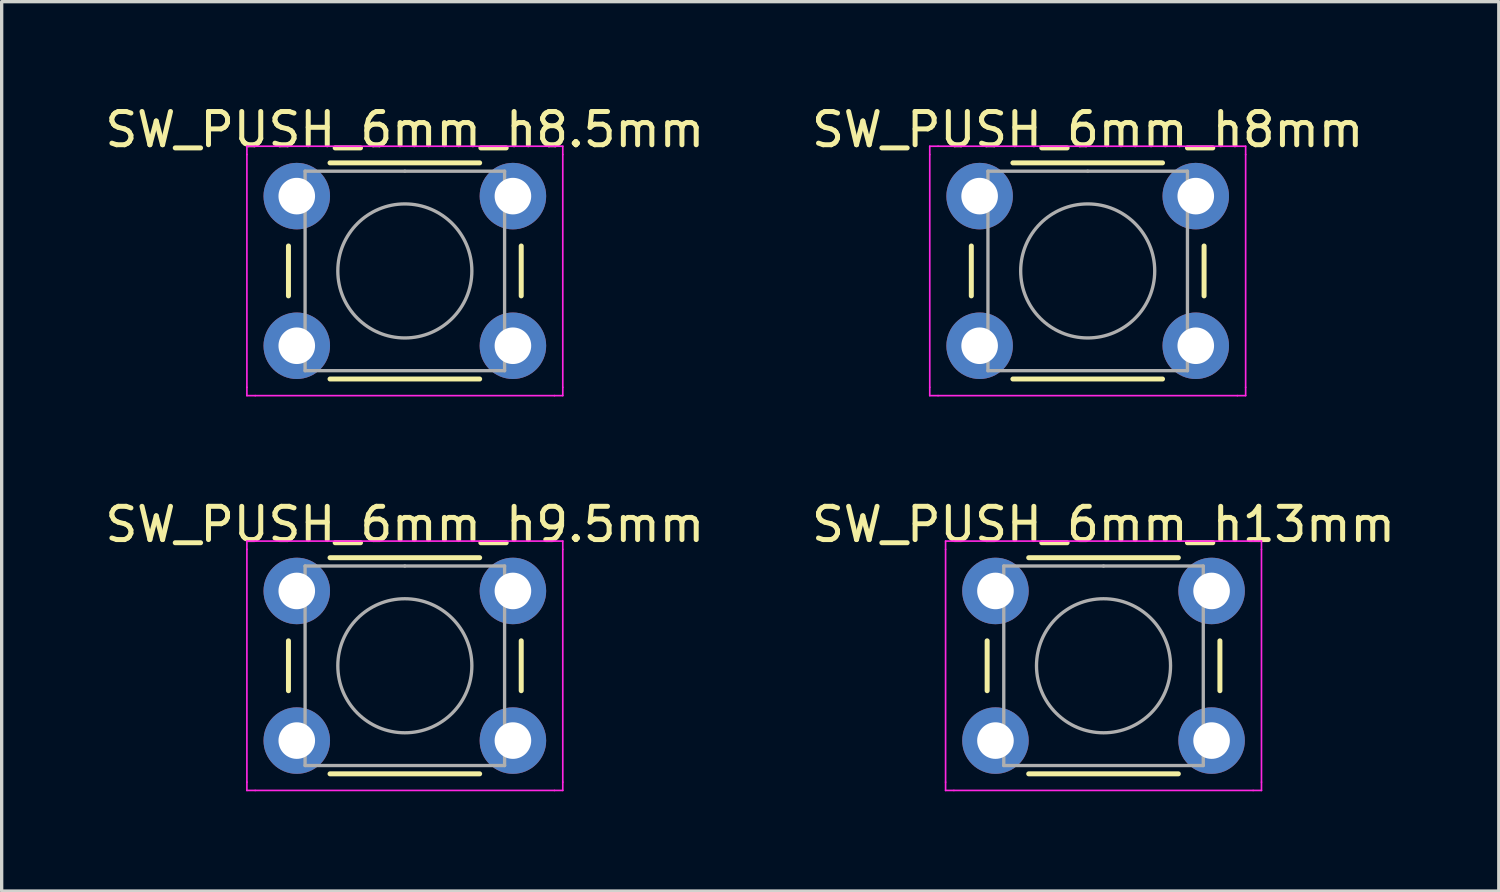
<source format=kicad_pcb>
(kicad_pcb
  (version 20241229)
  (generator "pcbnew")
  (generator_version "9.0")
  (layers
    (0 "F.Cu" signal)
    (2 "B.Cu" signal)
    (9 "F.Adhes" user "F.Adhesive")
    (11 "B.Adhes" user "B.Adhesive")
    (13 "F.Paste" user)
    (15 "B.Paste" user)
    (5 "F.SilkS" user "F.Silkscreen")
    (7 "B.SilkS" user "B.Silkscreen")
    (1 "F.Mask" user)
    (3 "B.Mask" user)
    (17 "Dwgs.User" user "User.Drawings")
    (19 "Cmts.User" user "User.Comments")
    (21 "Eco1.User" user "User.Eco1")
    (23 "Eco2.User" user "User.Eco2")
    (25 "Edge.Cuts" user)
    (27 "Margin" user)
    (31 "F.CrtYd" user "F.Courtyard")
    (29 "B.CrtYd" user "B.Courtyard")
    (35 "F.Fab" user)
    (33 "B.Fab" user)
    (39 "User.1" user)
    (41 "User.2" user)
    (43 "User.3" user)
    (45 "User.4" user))
  (footprint "SW_PUSH_6mm_h8.5mm"
    (layer "F.Cu")
    (at 5.875 2.848)
    (property "Reference" "SW_PUSH_6mm_h8.5mm" (at 3.25 -2 0) (layer "F.SilkS") (effects (font (size 1 1) (thickness 0.15))))
    (attr through_hole)
    (fp_line (start -0.25 1.5) (end -0.25 3) (stroke (width 0.15) (type solid)) (layer "F.SilkS"))
    (fp_line (start 1 5.5) (end 5.5 5.5) (stroke (width 0.15) (type solid)) (layer "F.SilkS"))
    (fp_line (start 5.5 -1) (end 1 -1) (stroke (width 0.15) (type solid)) (layer "F.SilkS"))
    (fp_line (start 6.75 3) (end 6.75 1.5) (stroke (width 0.15) (type solid)) (layer "F.SilkS"))
    (fp_line (start -1.5 -1.5) (end -1.25 -1.5) (stroke (width 0.05) (type solid)) (layer "F.CrtYd"))
    (fp_line (start -1.5 -1.25) (end -1.5 -1.5) (stroke (width 0.05) (type solid)) (layer "F.CrtYd"))
    (fp_line (start -1.5 5.75) (end -1.5 -1.25) (stroke (width 0.05) (type solid)) (layer "F.CrtYd"))
    (fp_line (start -1.5 5.75) (end -1.5 6) (stroke (width 0.05) (type solid)) (layer "F.CrtYd"))
    (fp_line (start -1.5 6) (end -1.25 6) (stroke (width 0.05) (type solid)) (layer "F.CrtYd"))
    (fp_line (start -1.25 -1.5) (end 7.75 -1.5) (stroke (width 0.05) (type solid)) (layer "F.CrtYd"))
    (fp_line (start 7.75 -1.5) (end 8 -1.5) (stroke (width 0.05) (type solid)) (layer "F.CrtYd"))
    (fp_line (start 7.75 6) (end -1.25 6) (stroke (width 0.05) (type solid)) (layer "F.CrtYd"))
    (fp_line (start 7.75 6) (end 8 6) (stroke (width 0.05) (type solid)) (layer "F.CrtYd"))
    (fp_line (start 8 -1.5) (end 8 -1.25) (stroke (width 0.05) (type solid)) (layer "F.CrtYd"))
    (fp_line (start 8 -1.25) (end 8 5.75) (stroke (width 0.05) (type solid)) (layer "F.CrtYd"))
    (fp_line (start 8 6) (end 8 5.75) (stroke (width 0.05) (type solid)) (layer "F.CrtYd"))
    (fp_line (start 0.25 -0.75) (end 3.25 -0.75) (stroke (width 0.1) (type solid)) (layer "F.Fab"))
    (fp_line (start 0.25 5.25) (end 0.25 -0.75) (stroke (width 0.1) (type solid)) (layer "F.Fab"))
    (fp_line (start 3.25 -0.75) (end 6.25 -0.75) (stroke (width 0.1) (type solid)) (layer "F.Fab"))
    (fp_line (start 6.25 -0.75) (end 6.25 5.25) (stroke (width 0.1) (type solid)) (layer "F.Fab"))
    (fp_line (start 6.25 5.25) (end 0.25 5.25) (stroke (width 0.1) (type solid)) (layer "F.Fab"))
    (fp_circle (center 3.25 2.25) (end 1.25 2.5) (stroke (width 0.1) (type solid)) (fill no) (layer "F.Fab"))
    (pad "1" thru_hole circle (at 0 0 90) (size 2 2) (drill 1.1) (layers "*.Cu" "*.Mask"))
    (pad "1" thru_hole circle (at 6.5 0 90) (size 2 2) (drill 1.1) (layers "*.Cu" "*.Mask"))
    (pad "2" thru_hole circle (at 0 4.5 90) (size 2 2) (drill 1.1) (layers "*.Cu" "*.Mask"))
    (pad "2" thru_hole circle (at 6.5 4.5 90) (size 2 2) (drill 1.1) (layers "*.Cu" "*.Mask")))
  (footprint "SW_PUSH_6mm_h13mm"
    (layer "F.Cu")
    (at 26.887 14.722)
    (property "Reference" "SW_PUSH_6mm_h13mm" (at 3.25 -2 0) (layer "F.SilkS") (effects (font (size 1 1) (thickness 0.15))))
    (attr through_hole)
    (fp_line (start -0.25 1.5) (end -0.25 3) (stroke (width 0.15) (type solid)) (layer "F.SilkS"))
    (fp_line (start 1 5.5) (end 5.5 5.5) (stroke (width 0.15) (type solid)) (layer "F.SilkS"))
    (fp_line (start 5.5 -1) (end 1 -1) (stroke (width 0.15) (type solid)) (layer "F.SilkS"))
    (fp_line (start 6.75 3) (end 6.75 1.5) (stroke (width 0.15) (type solid)) (layer "F.SilkS"))
    (fp_line (start -1.5 -1.5) (end -1.25 -1.5) (stroke (width 0.05) (type solid)) (layer "F.CrtYd"))
    (fp_line (start -1.5 -1.25) (end -1.5 -1.5) (stroke (width 0.05) (type solid)) (layer "F.CrtYd"))
    (fp_line (start -1.5 5.75) (end -1.5 -1.25) (stroke (width 0.05) (type solid)) (layer "F.CrtYd"))
    (fp_line (start -1.5 5.75) (end -1.5 6) (stroke (width 0.05) (type solid)) (layer "F.CrtYd"))
    (fp_line (start -1.5 6) (end -1.25 6) (stroke (width 0.05) (type solid)) (layer "F.CrtYd"))
    (fp_line (start -1.25 -1.5) (end 7.75 -1.5) (stroke (width 0.05) (type solid)) (layer "F.CrtYd"))
    (fp_line (start 7.75 -1.5) (end 8 -1.5) (stroke (width 0.05) (type solid)) (layer "F.CrtYd"))
    (fp_line (start 7.75 6) (end -1.25 6) (stroke (width 0.05) (type solid)) (layer "F.CrtYd"))
    (fp_line (start 7.75 6) (end 8 6) (stroke (width 0.05) (type solid)) (layer "F.CrtYd"))
    (fp_line (start 8 -1.5) (end 8 -1.25) (stroke (width 0.05) (type solid)) (layer "F.CrtYd"))
    (fp_line (start 8 -1.25) (end 8 5.75) (stroke (width 0.05) (type solid)) (layer "F.CrtYd"))
    (fp_line (start 8 6) (end 8 5.75) (stroke (width 0.05) (type solid)) (layer "F.CrtYd"))
    (fp_line (start 0.25 -0.75) (end 3.25 -0.75) (stroke (width 0.1) (type solid)) (layer "F.Fab"))
    (fp_line (start 0.25 5.25) (end 0.25 -0.75) (stroke (width 0.1) (type solid)) (layer "F.Fab"))
    (fp_line (start 3.25 -0.75) (end 6.25 -0.75) (stroke (width 0.1) (type solid)) (layer "F.Fab"))
    (fp_line (start 6.25 -0.75) (end 6.25 5.25) (stroke (width 0.1) (type solid)) (layer "F.Fab"))
    (fp_line (start 6.25 5.25) (end 0.25 5.25) (stroke (width 0.1) (type solid)) (layer "F.Fab"))
    (fp_circle (center 3.25 2.25) (end 1.25 2.5) (stroke (width 0.1) (type solid)) (fill no) (layer "F.Fab"))
    (pad "1" thru_hole circle (at 0 0 90) (size 2 2) (drill 1.1) (layers "*.Cu" "*.Mask"))
    (pad "1" thru_hole circle (at 6.5 0 90) (size 2 2) (drill 1.1) (layers "*.Cu" "*.Mask"))
    (pad "2" thru_hole circle (at 0 4.5 90) (size 2 2) (drill 1.1) (layers "*.Cu" "*.Mask"))
    (pad "2" thru_hole circle (at 6.5 4.5 90) (size 2 2) (drill 1.1) (layers "*.Cu" "*.Mask")))
  (footprint "SW_PUSH_6mm_h8mm"
    (layer "F.Cu")
    (at 26.411 2.848)
    (property "Reference" "SW_PUSH_6mm_h8mm" (at 3.25 -2 0) (layer "F.SilkS") (effects (font (size 1 1) (thickness 0.15))))
    (attr through_hole)
    (fp_line (start -0.25 1.5) (end -0.25 3) (stroke (width 0.15) (type solid)) (layer "F.SilkS"))
    (fp_line (start 1 5.5) (end 5.5 5.5) (stroke (width 0.15) (type solid)) (layer "F.SilkS"))
    (fp_line (start 5.5 -1) (end 1 -1) (stroke (width 0.15) (type solid)) (layer "F.SilkS"))
    (fp_line (start 6.75 3) (end 6.75 1.5) (stroke (width 0.15) (type solid)) (layer "F.SilkS"))
    (fp_line (start -1.5 -1.5) (end -1.25 -1.5) (stroke (width 0.05) (type solid)) (layer "F.CrtYd"))
    (fp_line (start -1.5 -1.25) (end -1.5 -1.5) (stroke (width 0.05) (type solid)) (layer "F.CrtYd"))
    (fp_line (start -1.5 5.75) (end -1.5 -1.25) (stroke (width 0.05) (type solid)) (layer "F.CrtYd"))
    (fp_line (start -1.5 5.75) (end -1.5 6) (stroke (width 0.05) (type solid)) (layer "F.CrtYd"))
    (fp_line (start -1.5 6) (end -1.25 6) (stroke (width 0.05) (type solid)) (layer "F.CrtYd"))
    (fp_line (start -1.25 -1.5) (end 7.75 -1.5) (stroke (width 0.05) (type solid)) (layer "F.CrtYd"))
    (fp_line (start 7.75 -1.5) (end 8 -1.5) (stroke (width 0.05) (type solid)) (layer "F.CrtYd"))
    (fp_line (start 7.75 6) (end -1.25 6) (stroke (width 0.05) (type solid)) (layer "F.CrtYd"))
    (fp_line (start 7.75 6) (end 8 6) (stroke (width 0.05) (type solid)) (layer "F.CrtYd"))
    (fp_line (start 8 -1.5) (end 8 -1.25) (stroke (width 0.05) (type solid)) (layer "F.CrtYd"))
    (fp_line (start 8 -1.25) (end 8 5.75) (stroke (width 0.05) (type solid)) (layer "F.CrtYd"))
    (fp_line (start 8 6) (end 8 5.75) (stroke (width 0.05) (type solid)) (layer "F.CrtYd"))
    (fp_line (start 0.25 -0.75) (end 3.25 -0.75) (stroke (width 0.1) (type solid)) (layer "F.Fab"))
    (fp_line (start 0.25 5.25) (end 0.25 -0.75) (stroke (width 0.1) (type solid)) (layer "F.Fab"))
    (fp_line (start 3.25 -0.75) (end 6.25 -0.75) (stroke (width 0.1) (type solid)) (layer "F.Fab"))
    (fp_line (start 6.25 -0.75) (end 6.25 5.25) (stroke (width 0.1) (type solid)) (layer "F.Fab"))
    (fp_line (start 6.25 5.25) (end 0.25 5.25) (stroke (width 0.1) (type solid)) (layer "F.Fab"))
    (fp_circle (center 3.25 2.25) (end 1.25 2.5) (stroke (width 0.1) (type solid)) (fill no) (layer "F.Fab"))
    (pad "1" thru_hole circle (at 0 0 90) (size 2 2) (drill 1.1) (layers "*.Cu" "*.Mask"))
    (pad "1" thru_hole circle (at 6.5 0 90) (size 2 2) (drill 1.1) (layers "*.Cu" "*.Mask"))
    (pad "2" thru_hole circle (at 0 4.5 90) (size 2 2) (drill 1.1) (layers "*.Cu" "*.Mask"))
    (pad "2" thru_hole circle (at 6.5 4.5 90) (size 2 2) (drill 1.1) (layers "*.Cu" "*.Mask")))
  (footprint "SW_PUSH_6mm_h9.5mm"
    (layer "F.Cu")
    (at 5.875 14.722)
    (property "Reference" "SW_PUSH_6mm_h9.5mm" (at 3.25 -2 0) (layer "F.SilkS") (effects (font (size 1 1) (thickness 0.15))))
    (attr through_hole)
    (fp_line (start -0.25 1.5) (end -0.25 3) (stroke (width 0.15) (type solid)) (layer "F.SilkS"))
    (fp_line (start 1 5.5) (end 5.5 5.5) (stroke (width 0.15) (type solid)) (layer "F.SilkS"))
    (fp_line (start 5.5 -1) (end 1 -1) (stroke (width 0.15) (type solid)) (layer "F.SilkS"))
    (fp_line (start 6.75 3) (end 6.75 1.5) (stroke (width 0.15) (type solid)) (layer "F.SilkS"))
    (fp_line (start -1.5 -1.5) (end -1.25 -1.5) (stroke (width 0.05) (type solid)) (layer "F.CrtYd"))
    (fp_line (start -1.5 -1.25) (end -1.5 -1.5) (stroke (width 0.05) (type solid)) (layer "F.CrtYd"))
    (fp_line (start -1.5 5.75) (end -1.5 -1.25) (stroke (width 0.05) (type solid)) (layer "F.CrtYd"))
    (fp_line (start -1.5 5.75) (end -1.5 6) (stroke (width 0.05) (type solid)) (layer "F.CrtYd"))
    (fp_line (start -1.5 6) (end -1.25 6) (stroke (width 0.05) (type solid)) (layer "F.CrtYd"))
    (fp_line (start -1.25 -1.5) (end 7.75 -1.5) (stroke (width 0.05) (type solid)) (layer "F.CrtYd"))
    (fp_line (start 7.75 -1.5) (end 8 -1.5) (stroke (width 0.05) (type solid)) (layer "F.CrtYd"))
    (fp_line (start 7.75 6) (end -1.25 6) (stroke (width 0.05) (type solid)) (layer "F.CrtYd"))
    (fp_line (start 7.75 6) (end 8 6) (stroke (width 0.05) (type solid)) (layer "F.CrtYd"))
    (fp_line (start 8 -1.5) (end 8 -1.25) (stroke (width 0.05) (type solid)) (layer "F.CrtYd"))
    (fp_line (start 8 -1.25) (end 8 5.75) (stroke (width 0.05) (type solid)) (layer "F.CrtYd"))
    (fp_line (start 8 6) (end 8 5.75) (stroke (width 0.05) (type solid)) (layer "F.CrtYd"))
    (fp_line (start 0.25 -0.75) (end 3.25 -0.75) (stroke (width 0.1) (type solid)) (layer "F.Fab"))
    (fp_line (start 0.25 5.25) (end 0.25 -0.75) (stroke (width 0.1) (type solid)) (layer "F.Fab"))
    (fp_line (start 3.25 -0.75) (end 6.25 -0.75) (stroke (width 0.1) (type solid)) (layer "F.Fab"))
    (fp_line (start 6.25 -0.75) (end 6.25 5.25) (stroke (width 0.1) (type solid)) (layer "F.Fab"))
    (fp_line (start 6.25 5.25) (end 0.25 5.25) (stroke (width 0.1) (type solid)) (layer "F.Fab"))
    (fp_circle (center 3.25 2.25) (end 1.25 2.5) (stroke (width 0.1) (type solid)) (fill no) (layer "F.Fab"))
    (pad "1" thru_hole circle (at 0 0 90) (size 2 2) (drill 1.1) (layers "*.Cu" "*.Mask"))
    (pad "1" thru_hole circle (at 6.5 0 90) (size 2 2) (drill 1.1) (layers "*.Cu" "*.Mask"))
    (pad "2" thru_hole circle (at 0 4.5 90) (size 2 2) (drill 1.1) (layers "*.Cu" "*.Mask"))
    (pad "2" thru_hole circle (at 6.5 4.5 90) (size 2 2) (drill 1.1) (layers "*.Cu" "*.Mask")))
  (gr_rect
    (start -3 -3)
    (end 42.024 23.747)
    (stroke (width 0.1) (type default))
    (fill no)
    (layer "Edge.Cuts")))
</source>
